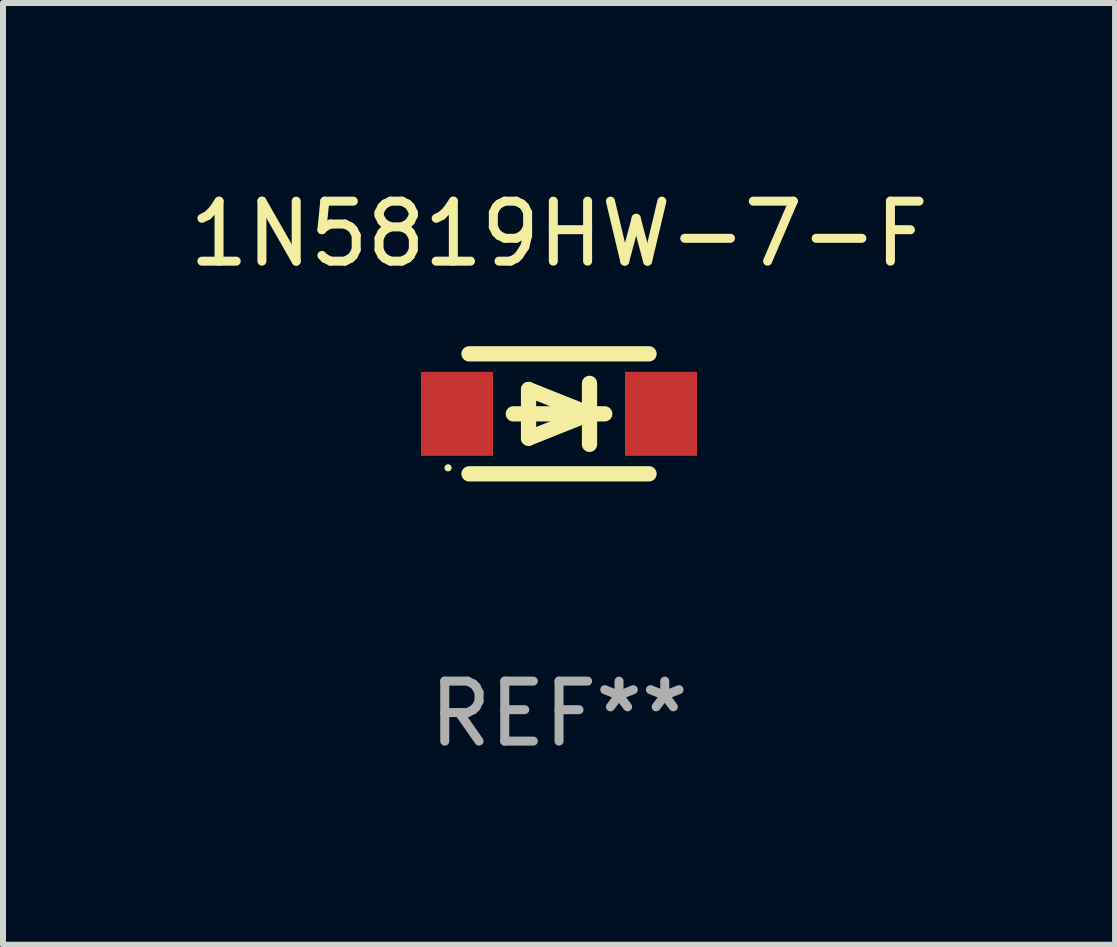
<source format=kicad_pcb>
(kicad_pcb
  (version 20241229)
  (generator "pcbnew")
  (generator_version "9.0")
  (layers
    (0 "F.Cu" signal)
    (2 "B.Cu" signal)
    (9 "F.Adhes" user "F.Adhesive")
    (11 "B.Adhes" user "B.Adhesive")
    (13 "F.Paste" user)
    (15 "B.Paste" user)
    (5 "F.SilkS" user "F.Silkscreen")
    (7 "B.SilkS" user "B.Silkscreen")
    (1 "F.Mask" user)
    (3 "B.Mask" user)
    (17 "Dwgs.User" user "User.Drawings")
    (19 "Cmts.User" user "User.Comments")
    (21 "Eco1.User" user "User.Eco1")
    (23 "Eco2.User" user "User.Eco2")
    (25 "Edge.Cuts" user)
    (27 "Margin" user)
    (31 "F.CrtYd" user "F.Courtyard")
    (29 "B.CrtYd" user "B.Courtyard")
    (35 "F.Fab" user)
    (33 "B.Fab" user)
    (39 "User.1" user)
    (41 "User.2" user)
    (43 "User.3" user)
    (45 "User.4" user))
  (footprint "1N5819HW-7-F"
    (layer "F.Cu")
    (at 6.268 3.848)
    (property "Reference" "1N5819HW-7-F" (at 0 -3 0) (layer "F.SilkS") (effects (font (size 1 1) (thickness 0.15))))
    (attr through_hole)
    (fp_line (start -1.5 -1) (end 1.5 -1) (stroke (width 0.254) (type solid)) (layer "F.SilkS"))
    (fp_line (start -1.5 1) (end 1.5 1) (stroke (width 0.254) (type solid)) (layer "F.SilkS"))
    (fp_line (start -0.508 -0.406) (end 0.508 0) (stroke (width 0.254) (type solid)) (layer "F.SilkS"))
    (fp_line (start -0.508 0.406) (end -0.508 -0.406) (stroke (width 0.254) (type solid)) (layer "F.SilkS"))
    (fp_line (start 0.508 0) (end -0.508 0.406) (stroke (width 0.254) (type solid)) (layer "F.SilkS"))
    (fp_line (start 0.508 0.508) (end 0.508 -0.508) (stroke (width 0.254) (type solid)) (layer "F.SilkS"))
    (fp_line (start 0.762 0) (end -0.762 0) (stroke (width 0.254) (type solid)) (layer "F.SilkS"))
    (fp_circle (center -1.85 0.9) (end -1.82 0.9) (stroke (width 0.06) (type solid)) (fill no) (layer "F.SilkS"))
    (fp_text user "REF**" (at 0 5 0) (layer "F.Fab") (effects (font (size 1 1) (thickness 0.15))))
    (pad "1" smd rect (at -1.7 0) (size 1.2 1.4) (layers "F.Cu" "F.Mask" "F.Paste"))
    (pad "2" smd rect (at 1.7 0) (size 1.2 1.4) (layers "F.Cu" "F.Mask" "F.Paste")))
  (gr_rect
    (start -3 -3)
    (end 15.536 12.697)
    (stroke (width 0.1) (type default))
    (fill no)
    (layer "Edge.Cuts")))
</source>
